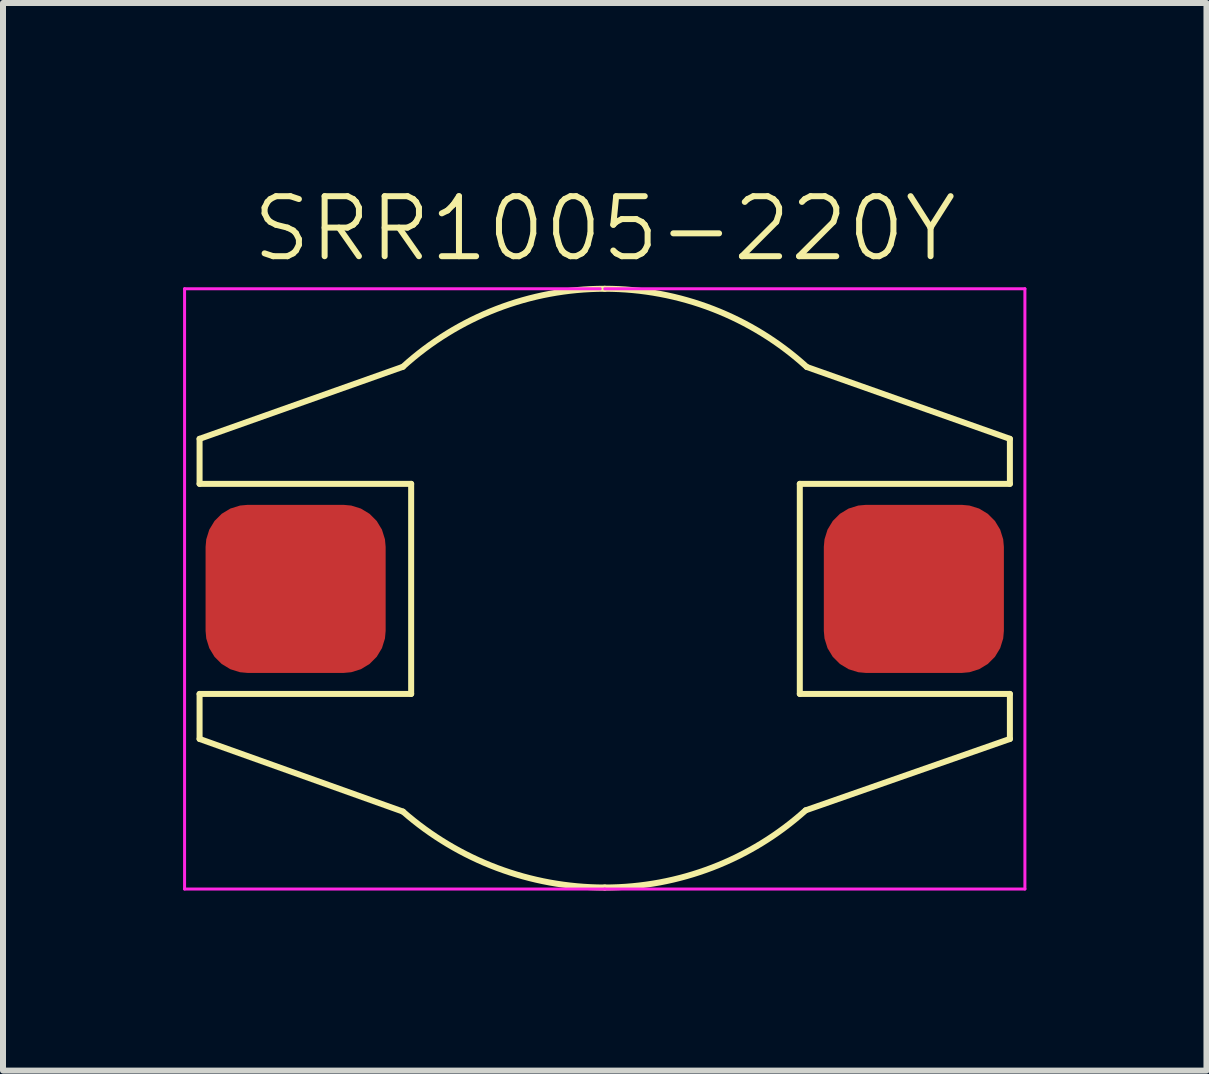
<source format=kicad_pcb>
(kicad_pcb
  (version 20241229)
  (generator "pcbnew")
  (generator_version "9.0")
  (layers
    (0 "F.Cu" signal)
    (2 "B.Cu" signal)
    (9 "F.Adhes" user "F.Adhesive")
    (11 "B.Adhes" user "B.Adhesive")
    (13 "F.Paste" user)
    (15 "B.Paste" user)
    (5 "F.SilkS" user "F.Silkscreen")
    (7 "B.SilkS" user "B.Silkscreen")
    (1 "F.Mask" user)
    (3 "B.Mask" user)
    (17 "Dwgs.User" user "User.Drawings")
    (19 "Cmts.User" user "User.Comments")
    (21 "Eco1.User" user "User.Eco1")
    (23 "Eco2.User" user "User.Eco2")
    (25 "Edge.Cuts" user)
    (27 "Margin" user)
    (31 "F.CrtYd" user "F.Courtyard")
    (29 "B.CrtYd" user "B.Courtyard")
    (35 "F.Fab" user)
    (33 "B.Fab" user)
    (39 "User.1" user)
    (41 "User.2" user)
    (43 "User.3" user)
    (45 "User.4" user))
  (footprint "SRR1005-220Y"
    (layer "F.Cu")
    (at 7.025 6.761)
    (property "Reference" "SRR1005-220Y" (at 0 -6 0) (unlocked yes) (layer "F.SilkS") (effects (font (size 1 1) (thickness 0.1))))
    (attr smd)
    (fp_line (start -6.75 -2.5) (end -3.363 -3.7) (stroke (width 0.1) (type default)) (layer "F.SilkS"))
    (fp_line (start -6.75 -1.75) (end -6.75 -2.5) (stroke (width 0.1) (type default)) (layer "F.SilkS"))
    (fp_line (start -6.75 -1.75) (end -3.225 -1.75) (stroke (width 0.1) (type default)) (layer "F.SilkS"))
    (fp_line (start -6.75 1.75) (end -6.75 2.5) (stroke (width 0.1) (type default)) (layer "F.SilkS"))
    (fp_line (start -3.362 3.71) (end -6.75 2.5) (stroke (width 0.1) (type default)) (layer "F.SilkS"))
    (fp_line (start -3.225 -1.75) (end -3.225 1.75) (stroke (width 0.1) (type default)) (layer "F.SilkS"))
    (fp_line (start -3.225 1.75) (end -6.75 1.75) (stroke (width 0.1) (type default)) (layer "F.SilkS"))
    (fp_line (start 3.25 -1.75) (end 3.25 1.75) (stroke (width 0.1) (type default)) (layer "F.SilkS"))
    (fp_line (start 3.25 -1.75) (end 6.75 -1.75) (stroke (width 0.1) (type default)) (layer "F.SilkS"))
    (fp_line (start 3.25 1.75) (end 6.75 1.75) (stroke (width 0.1) (type default)) (layer "F.SilkS"))
    (fp_line (start 3.348 3.689) (end 6.75 2.5) (stroke (width 0.1) (type default)) (layer "F.SilkS"))
    (fp_line (start 3.366 -3.697) (end 6.75 -2.5) (stroke (width 0.1) (type default)) (layer "F.SilkS"))
    (fp_line (start 6.75 -1.75) (end 6.75 -2.5) (stroke (width 0.1) (type default)) (layer "F.SilkS"))
    (fp_line (start 6.75 1.75) (end 6.75 2.5) (stroke (width 0.1) (type default)) (layer "F.SilkS"))
    (fp_arc (start -3.363364 -3.6997) (mid -1.802983 -4.663609) (end 0 -5) (stroke (width 0.1) (type default)) (layer "F.SilkS"))
    (fp_arc (start 0 -5) (mid 1.804583 -4.66299) (end 3.365902 -3.697392) (stroke (width 0.1) (type default)) (layer "F.SilkS"))
    (fp_arc (start 0 4.975) (mid -1.795999 4.6483) (end -3.361898 3.710054) (stroke (width 0.1) (type default)) (layer "F.SilkS"))
    (fp_arc (start 3.347523 3.68904) (mid 1.793015 4.642451) (end 0 4.975) (stroke (width 0.1) (type default)) (layer "F.SilkS"))
    (fp_line (start -7 -5) (end -0.075 -5) (stroke (width 0.05) (type default)) (layer "F.CrtYd"))
    (fp_line (start -7 5) (end -7 -5) (stroke (width 0.05) (type default)) (layer "F.CrtYd"))
    (fp_line (start 0 -5) (end 7 -5) (stroke (width 0.05) (type default)) (layer "F.CrtYd"))
    (fp_line (start 0 5) (end -7 5) (stroke (width 0.05) (type default)) (layer "F.CrtYd"))
    (fp_line (start 7 -5) (end 7 5) (stroke (width 0.05) (type default)) (layer "F.CrtYd"))
    (fp_line (start 7 5) (end 0 5) (stroke (width 0.05) (type default)) (layer "F.CrtYd"))
    (pad "1" smd roundrect (at 5.15 0) (size 3 2.8) (layers "F.Cu" "F.Mask" "F.Paste") (roundrect_rratio 0.25))
    (pad "2" smd roundrect (at -5.15 0) (size 3 2.8) (layers "F.Cu" "F.Mask" "F.Paste") (roundrect_rratio 0.25)))
  (gr_rect
    (start -3 -3)
    (end 17.05 14.786)
    (stroke (width 0.1) (type default))
    (fill no)
    (layer "Edge.Cuts")))
</source>
